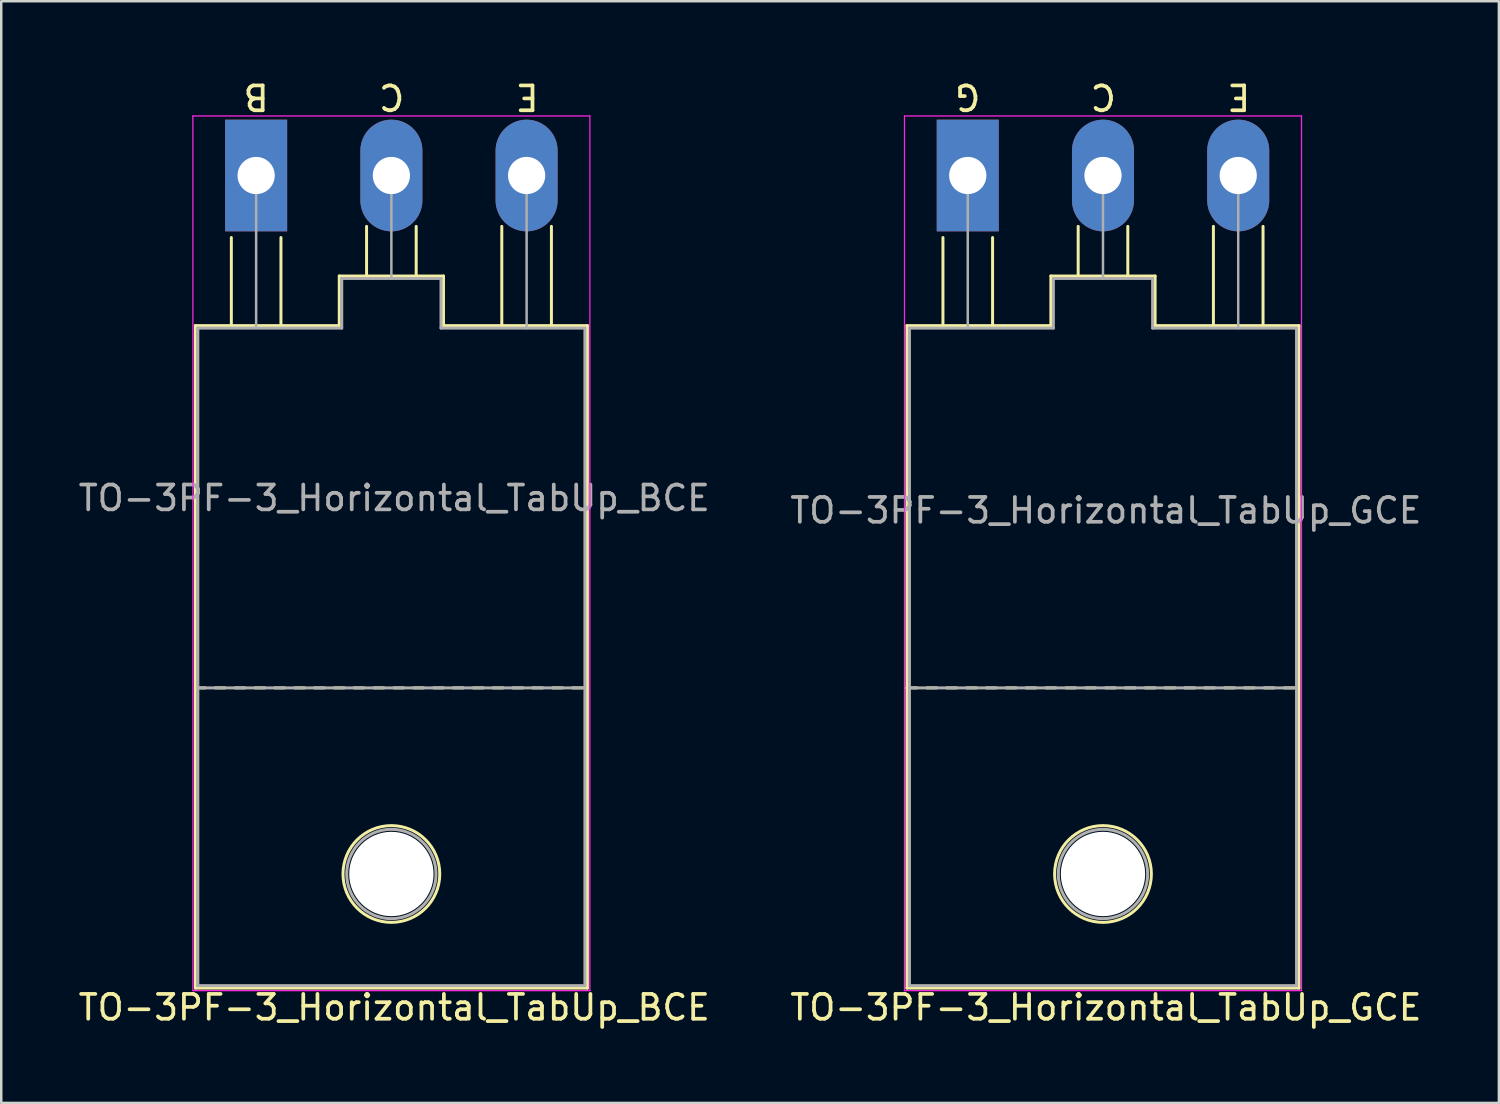
<source format=kicad_pcb>
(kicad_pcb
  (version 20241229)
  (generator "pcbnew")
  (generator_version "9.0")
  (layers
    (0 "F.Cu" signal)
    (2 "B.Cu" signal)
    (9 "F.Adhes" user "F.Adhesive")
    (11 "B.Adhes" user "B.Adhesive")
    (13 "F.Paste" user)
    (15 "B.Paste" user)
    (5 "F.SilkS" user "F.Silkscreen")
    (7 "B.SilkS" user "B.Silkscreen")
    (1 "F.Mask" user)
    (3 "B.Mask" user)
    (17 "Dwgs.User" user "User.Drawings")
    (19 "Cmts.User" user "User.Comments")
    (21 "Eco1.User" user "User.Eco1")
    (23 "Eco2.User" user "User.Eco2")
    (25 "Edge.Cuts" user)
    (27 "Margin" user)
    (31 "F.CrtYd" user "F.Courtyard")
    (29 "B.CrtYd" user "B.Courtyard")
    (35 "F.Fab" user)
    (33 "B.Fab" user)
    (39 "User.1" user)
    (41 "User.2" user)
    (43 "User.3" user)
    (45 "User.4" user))
  (footprint "TO-3PF-3_Horizontal_TabUp_BCE"
    (layer "F.Cu")
    (at 7.273 4.023)
    (property "Reference" "TO-3PF-3_Horizontal_TabUp_BCE" (at 5.566 33.528 180) (layer "F.SilkS") (effects (font (size 1 1) (thickness 0.15))))
    (fp_line (start -2.45 6.05) (end 3.35 6.05) (stroke (width 0.12) (type solid)) (layer "F.SilkS"))
    (fp_line (start -2.45 20.65) (end -2.05 20.65) (stroke (width 0.12) (type solid)) (layer "F.SilkS"))
    (fp_line (start -2.45 32.75) (end -2.45 6.05) (stroke (width 0.12) (type solid)) (layer "F.SilkS"))
    (fp_line (start -1.65 20.65) (end -1.25 20.65) (stroke (width 0.12) (type solid)) (layer "F.SilkS"))
    (fp_line (start -1 6) (end -1 2.5) (stroke (width 0.12) (type solid)) (layer "F.SilkS"))
    (fp_line (start -0.85 20.65) (end -0.45 20.65) (stroke (width 0.12) (type solid)) (layer "F.SilkS"))
    (fp_line (start -0.05 20.65) (end 0.35 20.65) (stroke (width 0.12) (type solid)) (layer "F.SilkS"))
    (fp_line (start 0.75 20.65) (end 1.15 20.65) (stroke (width 0.12) (type solid)) (layer "F.SilkS"))
    (fp_line (start 1 6) (end 1 2.5) (stroke (width 0.12) (type solid)) (layer "F.SilkS"))
    (fp_line (start 1.55 20.65) (end 1.95 20.65) (stroke (width 0.12) (type solid)) (layer "F.SilkS"))
    (fp_line (start 2.35 20.65) (end 2.75 20.65) (stroke (width 0.12) (type solid)) (layer "F.SilkS"))
    (fp_line (start 3.15 20.65) (end 3.55 20.65) (stroke (width 0.12) (type solid)) (layer "F.SilkS"))
    (fp_line (start 3.35 4.05) (end 7.55 4.05) (stroke (width 0.12) (type solid)) (layer "F.SilkS"))
    (fp_line (start 3.35 6.05) (end 3.35 4.05) (stroke (width 0.12) (type solid)) (layer "F.SilkS"))
    (fp_line (start 3.95 20.65) (end 4.35 20.65) (stroke (width 0.12) (type solid)) (layer "F.SilkS"))
    (fp_line (start 4.45 4.05) (end 4.45 2.05) (stroke (width 0.12) (type solid)) (layer "F.SilkS"))
    (fp_line (start 4.75 20.65) (end 5.15 20.65) (stroke (width 0.12) (type solid)) (layer "F.SilkS"))
    (fp_line (start 5.55 20.65) (end 5.95 20.65) (stroke (width 0.12) (type solid)) (layer "F.SilkS"))
    (fp_line (start 6.35 20.65) (end 6.75 20.65) (stroke (width 0.12) (type solid)) (layer "F.SilkS"))
    (fp_line (start 6.45 4.05) (end 6.45 2.05) (stroke (width 0.12) (type solid)) (layer "F.SilkS"))
    (fp_line (start 7.15 20.65) (end 7.55 20.65) (stroke (width 0.12) (type solid)) (layer "F.SilkS"))
    (fp_line (start 7.55 4.05) (end 7.55 6.05) (stroke (width 0.12) (type solid)) (layer "F.SilkS"))
    (fp_line (start 7.55 6.05) (end 13.35 6.05) (stroke (width 0.12) (type solid)) (layer "F.SilkS"))
    (fp_line (start 7.95 20.65) (end 8.35 20.65) (stroke (width 0.12) (type solid)) (layer "F.SilkS"))
    (fp_line (start 8.75 20.65) (end 9.15 20.65) (stroke (width 0.12) (type solid)) (layer "F.SilkS"))
    (fp_line (start 9.55 20.65) (end 9.95 20.65) (stroke (width 0.12) (type solid)) (layer "F.SilkS"))
    (fp_line (start 9.9 6) (end 9.9 2.05) (stroke (width 0.12) (type solid)) (layer "F.SilkS"))
    (fp_line (start 10.35 20.65) (end 10.75 20.65) (stroke (width 0.12) (type solid)) (layer "F.SilkS"))
    (fp_line (start 11.15 20.65) (end 11.55 20.65) (stroke (width 0.12) (type solid)) (layer "F.SilkS"))
    (fp_line (start 11.9 6) (end 11.9 2.05) (stroke (width 0.12) (type solid)) (layer "F.SilkS"))
    (fp_line (start 11.95 20.65) (end 12.35 20.65) (stroke (width 0.12) (type solid)) (layer "F.SilkS"))
    (fp_line (start 12.75 20.65) (end 13.15 20.65) (stroke (width 0.12) (type solid)) (layer "F.SilkS"))
    (fp_line (start 13.35 6.05) (end 13.35 32.75) (stroke (width 0.12) (type solid)) (layer "F.SilkS"))
    (fp_line (start 13.35 32.75) (end -2.45 32.75) (stroke (width 0.12) (type solid)) (layer "F.SilkS"))
    (fp_circle (center 5.45 28.15) (end 3.5 28.15) (stroke (width 0.12) (type solid)) (fill no) (layer "F.SilkS"))
    (fp_line (start -2.55 -2.4) (end -2.55 32.85) (stroke (width 0.05) (type solid)) (layer "F.CrtYd"))
    (fp_line (start -2.55 32.85) (end 13.45 32.85) (stroke (width 0.05) (type solid)) (layer "F.CrtYd"))
    (fp_line (start 13.45 -2.4) (end -2.55 -2.4) (stroke (width 0.05) (type solid)) (layer "F.CrtYd"))
    (fp_line (start 13.45 32.85) (end 13.45 -2.4) (stroke (width 0.05) (type solid)) (layer "F.CrtYd"))
    (fp_line (start -2.35 6.15) (end 3.45 6.15) (stroke (width 0.12) (type solid)) (layer "F.Fab"))
    (fp_line (start -2.35 32.65) (end -2.35 6.15) (stroke (width 0.12) (type solid)) (layer "F.Fab"))
    (fp_line (start 0 6.1) (end 0 0) (stroke (width 0.1) (type solid)) (layer "F.Fab"))
    (fp_line (start 3.45 4.15) (end 3.45 6.15) (stroke (width 0.12) (type solid)) (layer "F.Fab"))
    (fp_line (start 5.45 4.15) (end 3.45 4.15) (stroke (width 0.12) (type solid)) (layer "F.Fab"))
    (fp_line (start 5.45 4.15) (end 5.45 0) (stroke (width 0.1) (type solid)) (layer "F.Fab"))
    (fp_line (start 5.45 4.15) (end 7.45 4.15) (stroke (width 0.12) (type solid)) (layer "F.Fab"))
    (fp_line (start 7.45 4.15) (end 7.45 6.15) (stroke (width 0.12) (type solid)) (layer "F.Fab"))
    (fp_line (start 7.45 6.15) (end 13.25 6.15) (stroke (width 0.12) (type solid)) (layer "F.Fab"))
    (fp_line (start 10.9 0) (end 10.9 6.15) (stroke (width 0.1) (type solid)) (layer "F.Fab"))
    (fp_line (start 13.25 6.15) (end 13.25 32.65) (stroke (width 0.12) (type solid)) (layer "F.Fab"))
    (fp_line (start 13.25 20.65) (end -2.35 20.65) (stroke (width 0.12) (type solid)) (layer "F.Fab"))
    (fp_line (start 13.25 32.65) (end -2.35 32.65) (stroke (width 0.12) (type solid)) (layer "F.Fab"))
    (fp_circle (center 5.45 28.15) (end 3.65 28.15) (stroke (width 0.12) (type solid)) (fill no) (layer "F.Fab"))
    (fp_text user "C" (at 5.461 -3.175 180) (unlocked yes) (layer "F.SilkS") (effects (font (size 1 1) (thickness 0.15))))
    (fp_text user "B" (at 0 -3.175 180) (unlocked yes) (layer "F.SilkS") (effects (font (size 1 1) (thickness 0.15))))
    (fp_text user "E" (at 10.922 -3.175 180) (unlocked yes) (layer "F.SilkS") (effects (font (size 1 1) (thickness 0.15))))
    (fp_text user "${REFERENCE}" (at 5.566 13 180) (layer "F.Fab") (effects (font (size 1 1) (thickness 0.15))))
    (pad "" np_thru_hole circle (at 5.45 28.15) (size 3.4 3.4) (drill 3.4) (layers "*.Cu" "*.Mask"))
    (pad "1" thru_hole rect (at 0 0) (size 2.5 4.5) (drill 1.5) (layers "*.Cu" "*.Mask"))
    (pad "2" thru_hole oval (at 5.45 0) (size 2.5 4.5) (drill 1.5) (layers "*.Cu" "*.Mask"))
    (pad "3" thru_hole oval (at 10.9 0) (size 2.5 4.5) (drill 1.5) (layers "*.Cu" "*.Mask")))
  (footprint "TO-3PF-3_Horizontal_TabUp_GCE"
    (layer "F.Cu")
    (at 35.952 4.023)
    (property "Reference" "TO-3PF-3_Horizontal_TabUp_GCE" (at 5.566 33.528 180) (layer "F.SilkS") (effects (font (size 1 1) (thickness 0.15))))
    (fp_line (start -2.45 6.05) (end 3.35 6.05) (stroke (width 0.12) (type solid)) (layer "F.SilkS"))
    (fp_line (start -2.45 20.65) (end -2.05 20.65) (stroke (width 0.12) (type solid)) (layer "F.SilkS"))
    (fp_line (start -2.45 32.75) (end -2.45 6.05) (stroke (width 0.12) (type solid)) (layer "F.SilkS"))
    (fp_line (start -1.65 20.65) (end -1.25 20.65) (stroke (width 0.12) (type solid)) (layer "F.SilkS"))
    (fp_line (start -1 6) (end -1 2.5) (stroke (width 0.12) (type solid)) (layer "F.SilkS"))
    (fp_line (start -0.85 20.65) (end -0.45 20.65) (stroke (width 0.12) (type solid)) (layer "F.SilkS"))
    (fp_line (start -0.05 20.65) (end 0.35 20.65) (stroke (width 0.12) (type solid)) (layer "F.SilkS"))
    (fp_line (start 0.75 20.65) (end 1.15 20.65) (stroke (width 0.12) (type solid)) (layer "F.SilkS"))
    (fp_line (start 1 6) (end 1 2.5) (stroke (width 0.12) (type solid)) (layer "F.SilkS"))
    (fp_line (start 1.55 20.65) (end 1.95 20.65) (stroke (width 0.12) (type solid)) (layer "F.SilkS"))
    (fp_line (start 2.35 20.65) (end 2.75 20.65) (stroke (width 0.12) (type solid)) (layer "F.SilkS"))
    (fp_line (start 3.15 20.65) (end 3.55 20.65) (stroke (width 0.12) (type solid)) (layer "F.SilkS"))
    (fp_line (start 3.35 4.05) (end 7.55 4.05) (stroke (width 0.12) (type solid)) (layer "F.SilkS"))
    (fp_line (start 3.35 6.05) (end 3.35 4.05) (stroke (width 0.12) (type solid)) (layer "F.SilkS"))
    (fp_line (start 3.95 20.65) (end 4.35 20.65) (stroke (width 0.12) (type solid)) (layer "F.SilkS"))
    (fp_line (start 4.45 4.05) (end 4.45 2.05) (stroke (width 0.12) (type solid)) (layer "F.SilkS"))
    (fp_line (start 4.75 20.65) (end 5.15 20.65) (stroke (width 0.12) (type solid)) (layer "F.SilkS"))
    (fp_line (start 5.55 20.65) (end 5.95 20.65) (stroke (width 0.12) (type solid)) (layer "F.SilkS"))
    (fp_line (start 6.35 20.65) (end 6.75 20.65) (stroke (width 0.12) (type solid)) (layer "F.SilkS"))
    (fp_line (start 6.45 4.05) (end 6.45 2.05) (stroke (width 0.12) (type solid)) (layer "F.SilkS"))
    (fp_line (start 7.15 20.65) (end 7.55 20.65) (stroke (width 0.12) (type solid)) (layer "F.SilkS"))
    (fp_line (start 7.55 4.05) (end 7.55 6.05) (stroke (width 0.12) (type solid)) (layer "F.SilkS"))
    (fp_line (start 7.55 6.05) (end 13.35 6.05) (stroke (width 0.12) (type solid)) (layer "F.SilkS"))
    (fp_line (start 7.95 20.65) (end 8.35 20.65) (stroke (width 0.12) (type solid)) (layer "F.SilkS"))
    (fp_line (start 8.75 20.65) (end 9.15 20.65) (stroke (width 0.12) (type solid)) (layer "F.SilkS"))
    (fp_line (start 9.55 20.65) (end 9.95 20.65) (stroke (width 0.12) (type solid)) (layer "F.SilkS"))
    (fp_line (start 9.9 6) (end 9.9 2.05) (stroke (width 0.12) (type solid)) (layer "F.SilkS"))
    (fp_line (start 10.35 20.65) (end 10.75 20.65) (stroke (width 0.12) (type solid)) (layer "F.SilkS"))
    (fp_line (start 11.15 20.65) (end 11.55 20.65) (stroke (width 0.12) (type solid)) (layer "F.SilkS"))
    (fp_line (start 11.9 6) (end 11.9 2.05) (stroke (width 0.12) (type solid)) (layer "F.SilkS"))
    (fp_line (start 11.95 20.65) (end 12.35 20.65) (stroke (width 0.12) (type solid)) (layer "F.SilkS"))
    (fp_line (start 12.75 20.65) (end 13.15 20.65) (stroke (width 0.12) (type solid)) (layer "F.SilkS"))
    (fp_line (start 13.35 6.05) (end 13.35 32.75) (stroke (width 0.12) (type solid)) (layer "F.SilkS"))
    (fp_line (start 13.35 32.75) (end -2.45 32.75) (stroke (width 0.12) (type solid)) (layer "F.SilkS"))
    (fp_circle (center 5.45 28.15) (end 3.5 28.15) (stroke (width 0.12) (type solid)) (fill no) (layer "F.SilkS"))
    (fp_line (start -2.55 -2.4) (end -2.55 32.85) (stroke (width 0.05) (type solid)) (layer "F.CrtYd"))
    (fp_line (start -2.55 32.85) (end 13.45 32.85) (stroke (width 0.05) (type solid)) (layer "F.CrtYd"))
    (fp_line (start 13.45 -2.4) (end -2.55 -2.4) (stroke (width 0.05) (type solid)) (layer "F.CrtYd"))
    (fp_line (start 13.45 32.85) (end 13.45 -2.4) (stroke (width 0.05) (type solid)) (layer "F.CrtYd"))
    (fp_line (start -2.35 6.15) (end 3.45 6.15) (stroke (width 0.12) (type solid)) (layer "F.Fab"))
    (fp_line (start -2.35 32.65) (end -2.35 6.15) (stroke (width 0.12) (type solid)) (layer "F.Fab"))
    (fp_line (start 0 6.1) (end 0 0) (stroke (width 0.1) (type solid)) (layer "F.Fab"))
    (fp_line (start 3.45 4.15) (end 3.45 6.15) (stroke (width 0.12) (type solid)) (layer "F.Fab"))
    (fp_line (start 5.45 4.15) (end 3.45 4.15) (stroke (width 0.12) (type solid)) (layer "F.Fab"))
    (fp_line (start 5.45 4.15) (end 5.45 0) (stroke (width 0.1) (type solid)) (layer "F.Fab"))
    (fp_line (start 5.45 4.15) (end 7.45 4.15) (stroke (width 0.12) (type solid)) (layer "F.Fab"))
    (fp_line (start 7.45 4.15) (end 7.45 6.15) (stroke (width 0.12) (type solid)) (layer "F.Fab"))
    (fp_line (start 7.45 6.15) (end 13.25 6.15) (stroke (width 0.12) (type solid)) (layer "F.Fab"))
    (fp_line (start 10.9 0) (end 10.9 6.15) (stroke (width 0.1) (type solid)) (layer "F.Fab"))
    (fp_line (start 13.25 6.15) (end 13.25 32.65) (stroke (width 0.12) (type solid)) (layer "F.Fab"))
    (fp_line (start 13.25 20.65) (end -2.35 20.65) (stroke (width 0.12) (type solid)) (layer "F.Fab"))
    (fp_line (start 13.25 32.65) (end -2.35 32.65) (stroke (width 0.12) (type solid)) (layer "F.Fab"))
    (fp_circle (center 5.45 28.15) (end 3.65 28.15) (stroke (width 0.12) (type solid)) (fill no) (layer "F.Fab"))
    (fp_text user "G" (at 0 -3.175 180) (unlocked yes) (layer "F.SilkS") (effects (font (size 1 1) (thickness 0.15))))
    (fp_text user "E" (at 10.922 -3.175 180) (unlocked yes) (layer "F.SilkS") (effects (font (size 1 1) (thickness 0.15))))
    (fp_text user "C" (at 5.461 -3.175 180) (unlocked yes) (layer "F.SilkS") (effects (font (size 1 1) (thickness 0.15))))
    (fp_text user "${REFERENCE}" (at 5.566 13.5 180) (layer "F.Fab") (effects (font (size 1 1) (thickness 0.15))))
    (pad "" np_thru_hole circle (at 5.45 28.15) (size 3.4 3.4) (drill 3.4) (layers "*.Cu" "*.Mask"))
    (pad "1" thru_hole rect (at 0 0) (size 2.5 4.5) (drill 1.5) (layers "*.Cu" "*.Mask"))
    (pad "2" thru_hole oval (at 5.45 0) (size 2.5 4.5) (drill 1.5) (layers "*.Cu" "*.Mask"))
    (pad "3" thru_hole oval (at 10.9 0) (size 2.5 4.5) (drill 1.5) (layers "*.Cu" "*.Mask")))
  (gr_rect
    (start -3 -3)
    (end 57.357 41.4)
    (stroke (width 0.1) (type default))
    (fill no)
    (layer "Edge.Cuts")))
</source>
